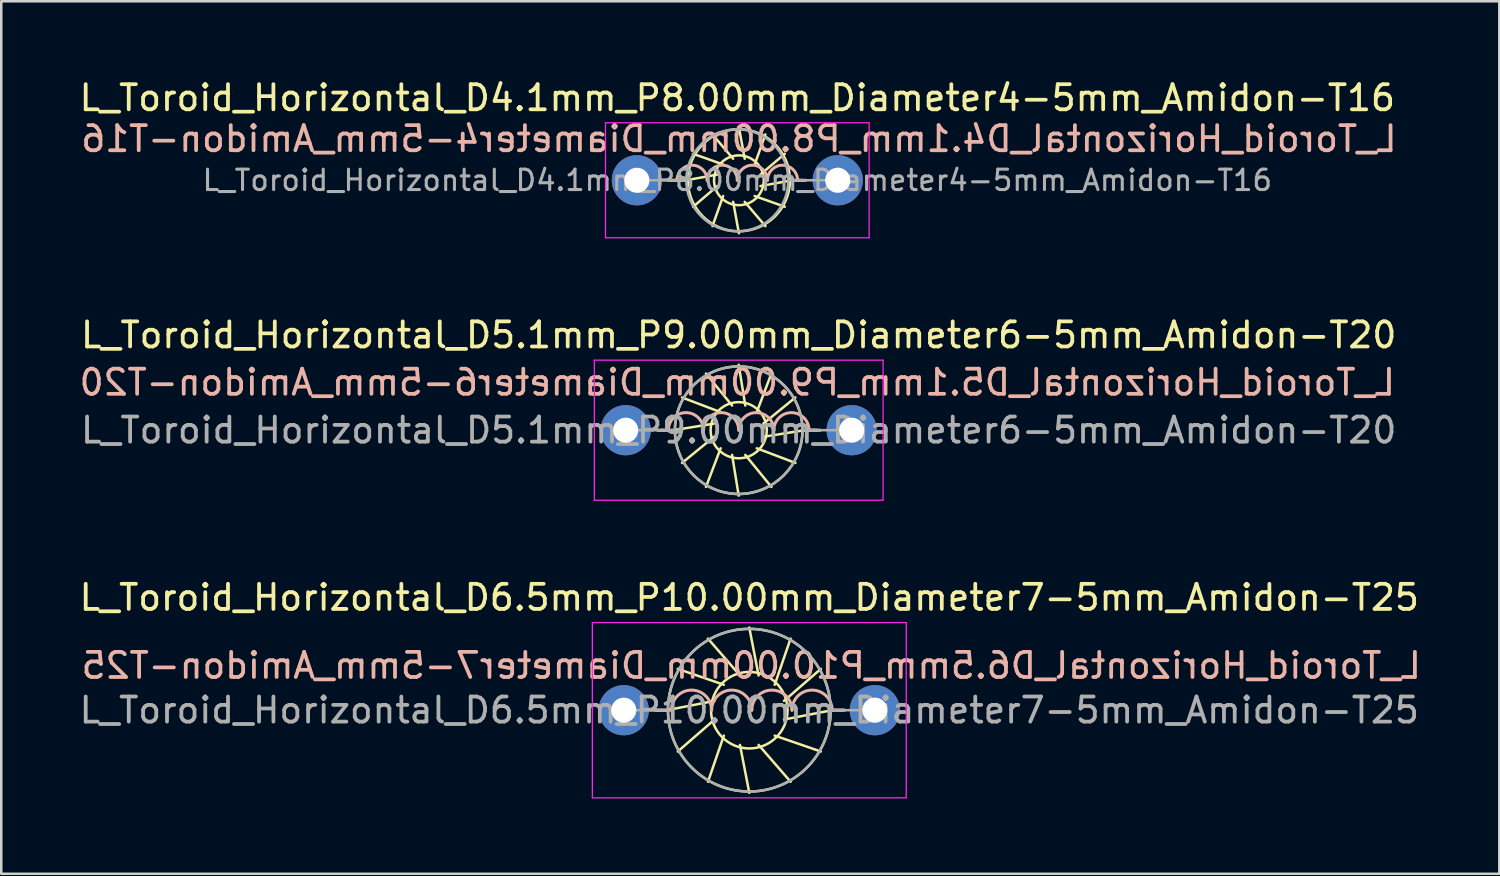
<source format=kicad_pcb>
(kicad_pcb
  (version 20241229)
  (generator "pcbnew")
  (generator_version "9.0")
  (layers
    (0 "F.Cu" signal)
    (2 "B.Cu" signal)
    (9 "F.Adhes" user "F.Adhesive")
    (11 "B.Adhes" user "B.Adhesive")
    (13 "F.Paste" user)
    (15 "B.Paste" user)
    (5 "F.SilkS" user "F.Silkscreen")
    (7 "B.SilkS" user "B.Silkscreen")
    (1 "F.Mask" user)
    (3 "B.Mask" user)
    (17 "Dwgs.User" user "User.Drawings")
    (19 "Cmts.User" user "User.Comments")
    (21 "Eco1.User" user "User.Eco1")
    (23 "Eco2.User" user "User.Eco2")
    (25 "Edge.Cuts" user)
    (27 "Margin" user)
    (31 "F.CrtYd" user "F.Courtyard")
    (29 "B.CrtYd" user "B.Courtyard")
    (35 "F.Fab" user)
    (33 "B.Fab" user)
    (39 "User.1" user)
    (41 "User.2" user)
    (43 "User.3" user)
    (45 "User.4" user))
  (footprint "L_Toroid_Horizontal_D6.5mm_P10.00mm_Diameter7-5mm_Amidon-T25"
    (layer "F.Cu")
    (at 21.792 25.235)
    (property "Reference" "L_Toroid_Horizontal_D6.5mm_P10.00mm_Diameter7-5mm_Amidon-T25" (at 5 -4.489 0) (layer "F.SilkS") (effects (font (size 1 1) (thickness 0.15))))
    (fp_line (start 1.27 0) (end 1.709 0.000305) (stroke (width 0.12) (type solid)) (layer "F.SilkS"))
    (fp_line (start 1.709 0.000305) (end 3.617 -0.371) (stroke (width 0.1) (type solid)) (layer "F.SilkS"))
    (fp_line (start 2.149 -1.645) (end 3.987 -1.013) (stroke (width 0.1) (type solid)) (layer "F.SilkS"))
    (fp_line (start 2.15 1.646) (end 3.617 0.371) (stroke (width 0.1) (type solid)) (layer "F.SilkS"))
    (fp_line (start 3.354 -2.85) (end 4.629 -1.383) (stroke (width 0.1) (type solid)) (layer "F.SilkS"))
    (fp_line (start 3.355 2.85) (end 3.987 1.013) (stroke (width 0.1) (type solid)) (layer "F.SilkS"))
    (fp_line (start 5 -3.291) (end 5.37 -1.383) (stroke (width 0.1) (type solid)) (layer "F.SilkS"))
    (fp_line (start 5 3.291) (end 4.629 1.383) (stroke (width 0.1) (type solid)) (layer "F.SilkS"))
    (fp_line (start 6.645 -2.851) (end 6.012 -1.013) (stroke (width 0.1) (type solid)) (layer "F.SilkS"))
    (fp_line (start 6.646 2.85) (end 5.371 1.383) (stroke (width 0.1) (type solid)) (layer "F.SilkS"))
    (fp_line (start 7.85 -1.646) (end 6.383 -0.371) (stroke (width 0.1) (type solid)) (layer "F.SilkS"))
    (fp_line (start 7.85 1.646) (end 6.013 1.013) (stroke (width 0.1) (type solid)) (layer "F.SilkS"))
    (fp_line (start 8.291 0) (end 6.383 0.371) (stroke (width 0.1) (type solid)) (layer "F.SilkS"))
    (fp_line (start 8.763 0) (end 8.291 0) (stroke (width 0.12) (type solid)) (layer "F.SilkS"))
    (fp_circle (center 5 0) (end 6.524 0) (stroke (width 0.1) (type solid)) (fill no) (layer "F.SilkS"))
    (fp_circle (center 5 0) (end 8.239 0) (stroke (width 0.1) (type solid)) (fill no) (layer "F.SilkS"))
    (fp_line (start 1.2 0) (end 1.9 0) (stroke (width 0.12) (type solid)) (layer "B.SilkS"))
    (fp_line (start 8.8 0) (end 8.3 0) (stroke (width 0.12) (type solid)) (layer "B.SilkS"))
    (fp_arc (start 1.9 0) (mid 2.7 -0.8) (end 3.5 0) (stroke (width 0.12) (type solid)) (layer "B.SilkS"))
    (fp_arc (start 3.5 0) (mid 4.3 -0.8) (end 5.1 0) (stroke (width 0.12) (type solid)) (layer "B.SilkS"))
    (fp_arc (start 5.1 0) (mid 5.9 -0.8) (end 6.7 0) (stroke (width 0.12) (type solid)) (layer "B.SilkS"))
    (fp_arc (start 6.7 0) (mid 7.5 -0.8) (end 8.3 0) (stroke (width 0.12) (type solid)) (layer "B.SilkS"))
    (fp_line (start -1.25 -3.49) (end -1.25 3.49) (stroke (width 0.05) (type solid)) (layer "F.CrtYd"))
    (fp_line (start -1.25 3.49) (end 11.25 3.49) (stroke (width 0.05) (type solid)) (layer "F.CrtYd"))
    (fp_line (start 11.25 -3.49) (end -1.25 -3.49) (stroke (width 0.05) (type solid)) (layer "F.CrtYd"))
    (fp_line (start 11.25 3.49) (end 11.25 -3.49) (stroke (width 0.05) (type solid)) (layer "F.CrtYd"))
    (fp_line (start 0 0) (end 1.762 0) (stroke (width 0.1) (type solid)) (layer "F.Fab"))
    (fp_line (start 10 0) (end 8.239 0) (stroke (width 0.1) (type solid)) (layer "F.Fab"))
    (fp_circle (center 5 0) (end 8.239 0) (stroke (width 0.1) (type solid)) (fill no) (layer "F.Fab"))
    (fp_text user "${REFERENCE}" (at 5.08 -1.778 0) (layer "B.SilkS") (effects (font (size 1 1) (thickness 0.15)) (justify mirror)))
    (fp_text user "${REFERENCE}" (at 5 0 0) (layer "F.Fab") (effects (font (size 1 1) (thickness 0.15))))
    (pad "1" thru_hole circle (at 0 0) (size 2 2) (drill 1) (layers "*.Cu" "*.Mask"))
    (pad "2" thru_hole circle (at 10 0) (size 2 2) (drill 1) (layers "*.Cu" "*.Mask")))
  (footprint "L_Toroid_Horizontal_D4.1mm_P8.00mm_Diameter4-5mm_Amidon-T16"
    (layer "F.Cu")
    (at 22.315 4.13)
    (property "Reference" "L_Toroid_Horizontal_D4.1mm_P8.00mm_Diameter4-5mm_Amidon-T16" (at 4 -3.282 0) (layer "F.SilkS") (effects (font (size 1 1) (thickness 0.15))))
    (fp_line (start 1.955 0.000195) (end 1.27 0) (stroke (width 0.12) (type solid)) (layer "F.SilkS"))
    (fp_line (start 1.955 0.000195) (end 3.206 -0.23) (stroke (width 0.1) (type solid)) (layer "F.SilkS"))
    (fp_line (start 2.237 -1.054) (end 3.436 -0.628) (stroke (width 0.1) (type solid)) (layer "F.SilkS"))
    (fp_line (start 2.238 1.055) (end 3.206 0.23) (stroke (width 0.1) (type solid)) (layer "F.SilkS"))
    (fp_line (start 3.009 -1.826) (end 3.834 -0.858) (stroke (width 0.1) (type solid)) (layer "F.SilkS"))
    (fp_line (start 3.01 1.826) (end 3.436 0.628) (stroke (width 0.1) (type solid)) (layer "F.SilkS"))
    (fp_line (start 4.064 -2.109) (end 4.294 -0.858) (stroke (width 0.1) (type solid)) (layer "F.SilkS"))
    (fp_line (start 4.064 2.109) (end 3.834 0.858) (stroke (width 0.1) (type solid)) (layer "F.SilkS"))
    (fp_line (start 5.118 -1.827) (end 4.692 -0.628) (stroke (width 0.1) (type solid)) (layer "F.SilkS"))
    (fp_line (start 5.119 1.826) (end 4.294 0.858) (stroke (width 0.1) (type solid)) (layer "F.SilkS"))
    (fp_line (start 5.89 -1.055) (end 4.922 -0.23) (stroke (width 0.1) (type solid)) (layer "F.SilkS"))
    (fp_line (start 5.89 1.054) (end 4.692 0.628) (stroke (width 0.1) (type solid)) (layer "F.SilkS"))
    (fp_line (start 6.173 0) (end 4.922 0.23) (stroke (width 0.1) (type solid)) (layer "F.SilkS"))
    (fp_line (start 6.173 0) (end 6.731 0) (stroke (width 0.12) (type solid)) (layer "F.SilkS"))
    (fp_circle (center 4.064 0) (end 5.055 0) (stroke (width 0.1) (type solid)) (fill no) (layer "F.SilkS"))
    (fp_circle (center 4.064 0) (end 6.096 0) (stroke (width 0.1) (type solid)) (fill no) (layer "F.SilkS"))
    (fp_line (start 1.4 0) (end 1.6 0) (stroke (width 0.12) (type solid)) (layer "B.SilkS"))
    (fp_line (start 6.6 0) (end 6.4 0) (stroke (width 0.12) (type solid)) (layer "B.SilkS"))
    (fp_arc (start 1.6 0) (mid 2.2 -0.6) (end 2.8 0) (stroke (width 0.12) (type solid)) (layer "B.SilkS"))
    (fp_arc (start 2.8 0) (mid 3.4 -0.6) (end 4 0) (stroke (width 0.12) (type solid)) (layer "B.SilkS"))
    (fp_arc (start 4 0) (mid 4.6 -0.6) (end 5.2 0) (stroke (width 0.12) (type solid)) (layer "B.SilkS"))
    (fp_arc (start 5.2 0) (mid 5.8 -0.6) (end 6.4 0) (stroke (width 0.12) (type solid)) (layer "B.SilkS"))
    (fp_line (start -1.25 -2.29) (end -1.25 2.29) (stroke (width 0.05) (type solid)) (layer "F.CrtYd"))
    (fp_line (start -1.25 2.29) (end 9.25 2.29) (stroke (width 0.05) (type solid)) (layer "F.CrtYd"))
    (fp_line (start 9.25 -2.29) (end -1.25 -2.29) (stroke (width 0.05) (type solid)) (layer "F.CrtYd"))
    (fp_line (start 9.25 2.29) (end 9.25 -2.29) (stroke (width 0.05) (type solid)) (layer "F.CrtYd"))
    (fp_line (start 0 0) (end 1.968 0) (stroke (width 0.1) (type solid)) (layer "F.Fab"))
    (fp_line (start 8 0) (end 6.032 0) (stroke (width 0.1) (type solid)) (layer "F.Fab"))
    (fp_circle (center 4 0) (end 6.032 0) (stroke (width 0.1) (type solid)) (fill no) (layer "F.Fab"))
    (fp_text user "${REFERENCE}" (at 4.064 -1.651 0) (layer "B.SilkS") (effects (font (size 1 1) (thickness 0.15)) (justify mirror)))
    (fp_text user "${REFERENCE}" (at 4 0 0) (layer "F.Fab") (effects (font (size 0.813 0.813) (thickness 0.122))))
    (pad "1" thru_hole circle (at 0 0) (size 2 2) (drill 1) (layers "*.Cu" "*.Mask"))
    (pad "2" thru_hole circle (at 8 0) (size 2 2) (drill 1) (layers "*.Cu" "*.Mask")))
  (footprint "L_Toroid_Horizontal_D5.1mm_P9.00mm_Diameter6-5mm_Amidon-T20"
    (layer "F.Cu")
    (at 21.87 14.084)
    (property "Reference" "L_Toroid_Horizontal_D5.1mm_P9.00mm_Diameter6-5mm_Amidon-T20" (at 4.5 -3.79 0) (layer "F.SilkS") (effects (font (size 1 1) (thickness 0.15))))
    (fp_line (start 1.893 0.000242) (end 1.27 0) (stroke (width 0.12) (type solid)) (layer "F.SilkS"))
    (fp_line (start 1.893 0.000242) (end 3.517 -0.263) (stroke (width 0.1) (type solid)) (layer "F.SilkS"))
    (fp_line (start 2.242 -1.303) (end 3.78 -0.719) (stroke (width 0.1) (type solid)) (layer "F.SilkS"))
    (fp_line (start 2.243 1.304) (end 3.517 0.263) (stroke (width 0.1) (type solid)) (layer "F.SilkS"))
    (fp_line (start 3.196 -2.257) (end 4.237 -0.983) (stroke (width 0.1) (type solid)) (layer "F.SilkS"))
    (fp_line (start 3.197 2.258) (end 3.781 0.72) (stroke (width 0.1) (type solid)) (layer "F.SilkS"))
    (fp_line (start 4.5 -2.607) (end 4.763 -0.983) (stroke (width 0.1) (type solid)) (layer "F.SilkS"))
    (fp_line (start 4.5 2.607) (end 4.237 0.983) (stroke (width 0.1) (type solid)) (layer "F.SilkS"))
    (fp_line (start 5.803 -2.258) (end 5.219 -0.72) (stroke (width 0.1) (type solid)) (layer "F.SilkS"))
    (fp_line (start 5.803 2.258) (end 4.763 0.983) (stroke (width 0.1) (type solid)) (layer "F.SilkS"))
    (fp_line (start 6.757 -1.304) (end 5.483 -0.264) (stroke (width 0.1) (type solid)) (layer "F.SilkS"))
    (fp_line (start 6.758 1.303) (end 5.22 0.72) (stroke (width 0.1) (type solid)) (layer "F.SilkS"))
    (fp_line (start 7.107 0) (end 5.483 0.263) (stroke (width 0.1) (type solid)) (layer "F.SilkS"))
    (fp_line (start 7.112 0) (end 7.747 0) (stroke (width 0.12) (type solid)) (layer "F.SilkS"))
    (fp_circle (center 4.5 0) (end 5.618 0) (stroke (width 0.1) (type solid)) (fill no) (layer "F.SilkS"))
    (fp_circle (center 4.5 0) (end 7.04 0) (stroke (width 0.1) (type solid)) (fill no) (layer "F.SilkS"))
    (fp_line (start 1.4 0) (end 1.7 0) (stroke (width 0.12) (type solid)) (layer "B.SilkS"))
    (fp_line (start 7.6 0) (end 7.3 0) (stroke (width 0.12) (type solid)) (layer "B.SilkS"))
    (fp_arc (start 1.7 0) (mid 2.4 -0.7) (end 3.1 0) (stroke (width 0.12) (type solid)) (layer "B.SilkS"))
    (fp_arc (start 3.1 0) (mid 3.8 -0.7) (end 4.5 0) (stroke (width 0.12) (type solid)) (layer "B.SilkS"))
    (fp_arc (start 4.5 0) (mid 5.2 -0.7) (end 5.9 0) (stroke (width 0.12) (type solid)) (layer "B.SilkS"))
    (fp_arc (start 5.9 0) (mid 6.6 -0.7) (end 7.3 0) (stroke (width 0.12) (type solid)) (layer "B.SilkS"))
    (fp_line (start -1.25 -2.79) (end -1.25 2.79) (stroke (width 0.05) (type solid)) (layer "F.CrtYd"))
    (fp_line (start -1.25 2.79) (end 10.25 2.79) (stroke (width 0.05) (type solid)) (layer "F.CrtYd"))
    (fp_line (start 10.25 -2.79) (end -1.25 -2.79) (stroke (width 0.05) (type solid)) (layer "F.CrtYd"))
    (fp_line (start 10.25 2.79) (end 10.25 -2.79) (stroke (width 0.05) (type solid)) (layer "F.CrtYd"))
    (fp_line (start 0 0) (end 1.96 0) (stroke (width 0.1) (type solid)) (layer "F.Fab"))
    (fp_line (start 9 0) (end 7.04 0) (stroke (width 0.1) (type solid)) (layer "F.Fab"))
    (fp_circle (center 4.5 0) (end 7.04 0) (stroke (width 0.1) (type solid)) (fill no) (layer "F.Fab"))
    (fp_text user "${REFERENCE}" (at 4.445 -1.905 0) (layer "B.SilkS") (effects (font (size 1 1) (thickness 0.15)) (justify mirror)))
    (fp_text user "${REFERENCE}" (at 4.5 0 0) (layer "F.Fab") (effects (font (size 1 1) (thickness 0.15))))
    (pad "1" thru_hole circle (at 0 0) (size 2 2) (drill 1) (layers "*.Cu" "*.Mask"))
    (pad "2" thru_hole circle (at 9 0) (size 2 2) (drill 1) (layers "*.Cu" "*.Mask")))
  (gr_rect
    (start -3 -3)
    (end 56.663 31.75)
    (stroke (width 0.1) (type default))
    (fill no)
    (layer "Edge.Cuts")))
</source>
